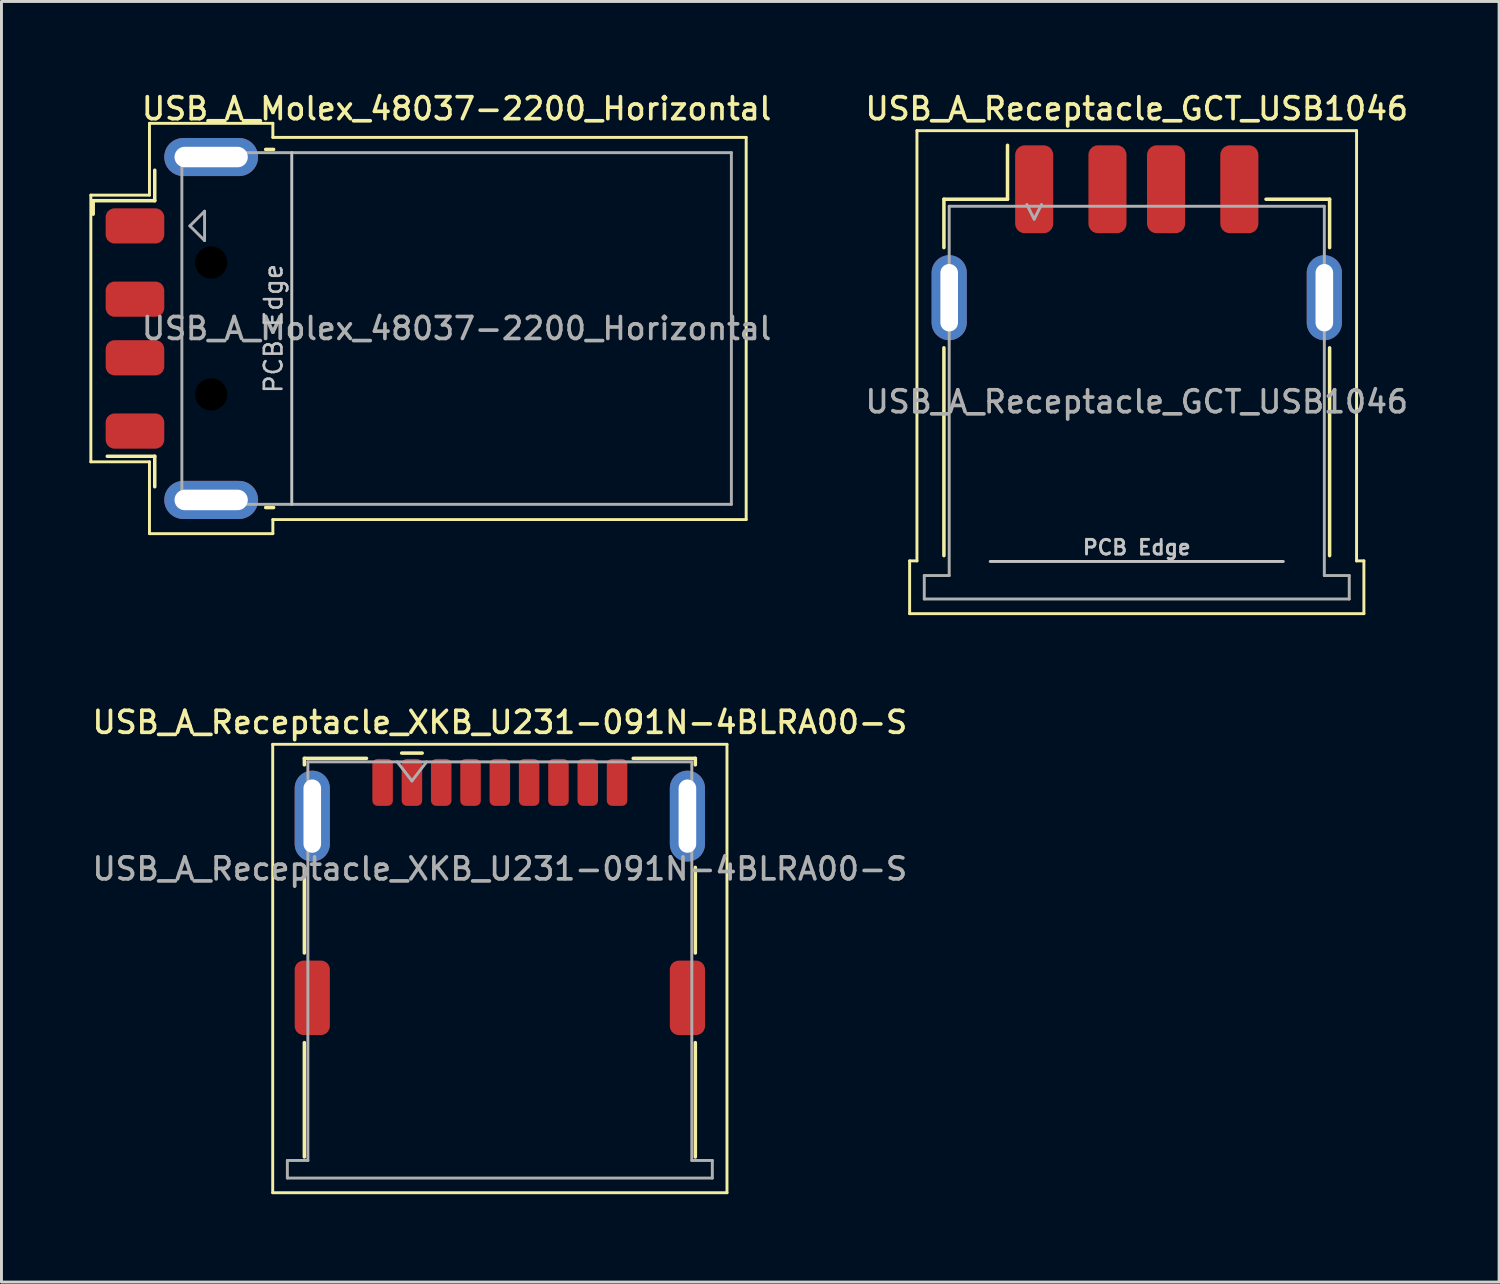
<source format=kicad_pcb>
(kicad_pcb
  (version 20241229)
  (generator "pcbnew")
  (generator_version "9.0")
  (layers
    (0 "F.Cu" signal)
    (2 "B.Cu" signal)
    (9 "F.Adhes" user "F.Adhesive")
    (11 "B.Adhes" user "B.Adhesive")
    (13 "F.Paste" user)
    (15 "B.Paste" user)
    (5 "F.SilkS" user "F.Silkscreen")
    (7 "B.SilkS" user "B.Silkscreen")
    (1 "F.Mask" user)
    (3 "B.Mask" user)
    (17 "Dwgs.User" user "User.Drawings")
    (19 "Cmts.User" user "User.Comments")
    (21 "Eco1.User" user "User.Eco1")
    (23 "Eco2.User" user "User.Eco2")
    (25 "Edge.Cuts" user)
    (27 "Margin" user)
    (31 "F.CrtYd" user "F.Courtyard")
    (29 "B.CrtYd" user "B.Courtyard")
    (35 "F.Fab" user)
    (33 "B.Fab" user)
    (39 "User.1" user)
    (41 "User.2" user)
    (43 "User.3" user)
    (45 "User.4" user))
  (footprint "USB_A_Receptacle_GCT_USB1046"
    (layer "F.Cu")
    (at 35.737 10.658)
    (property "Reference" "USB_A_Receptacle_GCT_USB1046" (at 0 -10 0) (layer "F.SilkS") (effects (font (size 0.75 0.75) (thickness 0.125))))
    (attr smd)
    (fp_line (start -7.75 5.43) (end -7.75 7.23) (stroke (width 0.1) (type default)) (layer "F.SilkS"))
    (fp_line (start -7.75 7.23) (end 7.75 7.23) (stroke (width 0.1) (type solid)) (layer "F.SilkS"))
    (fp_line (start -7.5 -9.25) (end 7.5 -9.25) (stroke (width 0.1) (type solid)) (layer "F.SilkS"))
    (fp_line (start -7.5 5.43) (end -7.75 5.43) (stroke (width 0.1) (type default)) (layer "F.SilkS"))
    (fp_line (start -7.5 5.43) (end -7.5 -9.25) (stroke (width 0.1) (type solid)) (layer "F.SilkS"))
    (fp_line (start -6.58 -6.91) (end -6.58 -5.26) (stroke (width 0.12) (type default)) (layer "F.SilkS"))
    (fp_line (start -6.58 -1.84) (end -6.58 5.25) (stroke (width 0.12) (type default)) (layer "F.SilkS"))
    (fp_line (start -4.41 -6.91) (end -6.58 -6.91) (stroke (width 0.12) (type default)) (layer "F.SilkS"))
    (fp_line (start -4.41 -6.91) (end -4.41 -8.75) (stroke (width 0.12) (type default)) (layer "F.SilkS"))
    (fp_line (start 4.41 -6.91) (end 6.58 -6.91) (stroke (width 0.12) (type default)) (layer "F.SilkS"))
    (fp_line (start 6.58 -6.91) (end 6.58 -5.26) (stroke (width 0.12) (type default)) (layer "F.SilkS"))
    (fp_line (start 6.58 -1.84) (end 6.58 5.25) (stroke (width 0.12) (type default)) (layer "F.SilkS"))
    (fp_line (start 7.5 5.43) (end 7.5 -9.25) (stroke (width 0.1) (type solid)) (layer "F.SilkS"))
    (fp_line (start 7.5 5.43) (end 7.75 5.43) (stroke (width 0.1) (type default)) (layer "F.SilkS"))
    (fp_line (start 7.75 5.43) (end 7.75 7.23) (stroke (width 0.1) (type default)) (layer "F.SilkS"))
    (fp_line (start -5 5.45) (end 5 5.45) (stroke (width 0.1) (type default)) (layer "Dwgs.User"))
    (fp_line (start -7.25 5.93) (end -7.25 6.73) (stroke (width 0.1) (type default)) (layer "F.Fab"))
    (fp_line (start -7.25 6.73) (end 7.25 6.73) (stroke (width 0.1) (type default)) (layer "F.Fab"))
    (fp_line (start -6.4 -6.67) (end -6.4 5.93) (stroke (width 0.1) (type default)) (layer "F.Fab"))
    (fp_line (start -6.4 5.93) (end -7.25 5.93) (stroke (width 0.1) (type default)) (layer "F.Fab"))
    (fp_line (start -3.75 -6.73) (end -3.5 -6.23) (stroke (width 0.1) (type default)) (layer "F.Fab"))
    (fp_line (start -3.5 -6.23) (end -3.25 -6.73) (stroke (width 0.1) (type default)) (layer "F.Fab"))
    (fp_line (start 6.4 -6.67) (end -6.4 -6.67) (stroke (width 0.1) (type default)) (layer "F.Fab"))
    (fp_line (start 6.4 5.93) (end 6.4 -6.67) (stroke (width 0.1) (type default)) (layer "F.Fab"))
    (fp_line (start 7.25 5.93) (end 6.4 5.93) (stroke (width 0.1) (type default)) (layer "F.Fab"))
    (fp_line (start 7.25 6.73) (end 7.25 5.93) (stroke (width 0.1) (type default)) (layer "F.Fab"))
    (fp_text user "PCB Edge" (at 0 4.97 0) (layer "Dwgs.User") (effects (font (size 0.5 0.5) (thickness 0.1))))
    (fp_text user "${REFERENCE}" (at 0 0 0) (unlocked yes) (layer "F.Fab") (effects (font (size 0.75 0.75) (thickness 0.125))))
    (pad "" smd oval (at -6.4 -3.55) (size 1.2 2.9) (layers "F.Paste"))
    (pad "" smd oval (at 6.4 -3.55) (size 1.2 2.9) (layers "F.Paste"))
    (pad "1" smd roundrect (at -3.5 -7.25) (size 1.3 3) (layers "F.Cu" "F.Mask" "F.Paste") (roundrect_rratio 0.25))
    (pad "2" smd roundrect (at -1 -7.25) (size 1.3 3) (layers "F.Cu" "F.Mask" "F.Paste") (roundrect_rratio 0.25))
    (pad "3" smd roundrect (at 1 -7.25) (size 1.3 3) (layers "F.Cu" "F.Mask" "F.Paste") (roundrect_rratio 0.25))
    (pad "4" smd roundrect (at 3.5 -7.25) (size 1.3 3) (layers "F.Cu" "F.Mask" "F.Paste") (roundrect_rratio 0.25))
    (pad "5" thru_hole oval (at -6.4 -3.55) (size 1.2 2.9) (drill oval 0.6 2.3) (layers "*.Cu" "*.Mask"))
    (pad "5" thru_hole oval (at 6.4 -3.55) (size 1.2 2.9) (drill oval 0.6 2.3) (layers "*.Cu" "*.Mask")))
  (footprint "USB_A_Receptacle_XKB_U231-091N-4BLRA00-S"
    (layer "F.Cu")
    (at 14.005 30.046)
    (property "Reference" "USB_A_Receptacle_XKB_U231-091N-4BLRA00-S" (at 0 -8.45 0) (layer "F.SilkS") (effects (font (size 0.75 0.75) (thickness 0.125))))
    (attr smd)
    (fp_line (start -7.75 -7.7) (end -7.75 7.6) (stroke (width 0.1) (type solid)) (layer "F.SilkS"))
    (fp_line (start -7.75 7.6) (end 7.75 7.6) (stroke (width 0.1) (type solid)) (layer "F.SilkS"))
    (fp_line (start -6.67 -7.22) (end -4.55 -7.22) (stroke (width 0.12) (type solid)) (layer "F.SilkS"))
    (fp_line (start -6.67 -7) (end -6.67 -7.22) (stroke (width 0.12) (type solid)) (layer "F.SilkS"))
    (fp_line (start -6.67 -3.5) (end -6.67 -0.58) (stroke (width 0.12) (type solid)) (layer "F.SilkS"))
    (fp_line (start -6.67 2.48) (end -6.67 6.38) (stroke (width 0.12) (type default)) (layer "F.SilkS"))
    (fp_line (start -3.35 -7.4) (end -2.65 -7.4) (stroke (width 0.12) (type solid)) (layer "F.SilkS"))
    (fp_line (start 4.55 -7.22) (end 6.67 -7.22) (stroke (width 0.12) (type solid)) (layer "F.SilkS"))
    (fp_line (start 6.67 -7.22) (end 6.67 -7) (stroke (width 0.12) (type solid)) (layer "F.SilkS"))
    (fp_line (start 6.67 -3.5) (end 6.67 -0.58) (stroke (width 0.12) (type solid)) (layer "F.SilkS"))
    (fp_line (start 6.67 2.48) (end 6.67 6.38) (stroke (width 0.12) (type default)) (layer "F.SilkS"))
    (fp_line (start 7.75 -7.7) (end -7.75 -7.7) (stroke (width 0.1) (type solid)) (layer "F.SilkS"))
    (fp_line (start 7.75 7.6) (end 7.75 -7.7) (stroke (width 0.1) (type solid)) (layer "F.SilkS"))
    (fp_line (start -7.25 6.5) (end -7.25 7.1) (stroke (width 0.1) (type solid)) (layer "F.Fab"))
    (fp_line (start -7.25 7.1) (end 7.25 7.1) (stroke (width 0.1) (type solid)) (layer "F.Fab"))
    (fp_line (start -6.55 -7.1) (end -6.55 6.5) (stroke (width 0.1) (type solid)) (layer "F.Fab"))
    (fp_line (start -6.55 6.5) (end -7.25 6.5) (stroke (width 0.1) (type solid)) (layer "F.Fab"))
    (fp_line (start -3.5 -7.1) (end -3 -6.45) (stroke (width 0.1) (type solid)) (layer "F.Fab"))
    (fp_line (start -3 -6.45) (end -2.5 -7.1) (stroke (width 0.1) (type solid)) (layer "F.Fab"))
    (fp_line (start 6.55 -7.1) (end -6.55 -7.1) (stroke (width 0.1) (type solid)) (layer "F.Fab"))
    (fp_line (start 6.55 6.5) (end 6.55 -7.1) (stroke (width 0.1) (type solid)) (layer "F.Fab"))
    (fp_line (start 6.55 6.5) (end 7.25 6.5) (stroke (width 0.1) (type solid)) (layer "F.Fab"))
    (fp_line (start 7.25 6.5) (end 7.25 7.1) (stroke (width 0.1) (type solid)) (layer "F.Fab"))
    (fp_text user "${REFERENCE}" (at 0 -3.45 0) (layer "F.Fab") (effects (font (size 0.75 0.75) (thickness 0.125))))
    (pad "1" smd roundrect (at -3 -6.4) (size 0.7 1.6) (layers "F.Cu" "F.Mask" "F.Paste") (roundrect_rratio 0.25))
    (pad "2" smd roundrect (at -1 -6.4) (size 0.7 1.6) (layers "F.Cu" "F.Mask" "F.Paste") (roundrect_rratio 0.25))
    (pad "3" smd roundrect (at 1 -6.4) (size 0.7 1.6) (layers "F.Cu" "F.Mask" "F.Paste") (roundrect_rratio 0.25))
    (pad "4" smd roundrect (at 3 -6.4) (size 0.7 1.6) (layers "F.Cu" "F.Mask" "F.Paste") (roundrect_rratio 0.25))
    (pad "5" smd roundrect (at 4 -6.4) (size 0.7 1.6) (layers "F.Cu" "F.Mask" "F.Paste") (roundrect_rratio 0.25))
    (pad "6" smd roundrect (at 2 -6.4) (size 0.7 1.6) (layers "F.Cu" "F.Mask" "F.Paste") (roundrect_rratio 0.25))
    (pad "7" smd roundrect (at 0 -6.4) (size 0.7 1.6) (layers "F.Cu" "F.Mask" "F.Paste") (roundrect_rratio 0.25))
    (pad "8" smd roundrect (at -2 -6.4) (size 0.7 1.6) (layers "F.Cu" "F.Mask" "F.Paste") (roundrect_rratio 0.25))
    (pad "9" smd roundrect (at -4 -6.4) (size 0.7 1.6) (layers "F.Cu" "F.Mask" "F.Paste") (roundrect_rratio 0.25))
    (pad "10" thru_hole oval (at -6.4 -5.25) (size 1.2 3.1) (drill oval 0.6 2.5) (layers "*.Cu" "*.Mask"))
    (pad "10" smd roundrect (at -6.4 0.95) (size 1.2 2.54) (layers "F.Cu" "F.Mask" "F.Paste") (roundrect_rratio 0.25))
    (pad "10" thru_hole oval (at 6.4 -5.25) (size 1.2 3.1) (drill oval 0.6 2.5) (layers "*.Cu" "*.Mask"))
    (pad "10" smd roundrect (at 6.4 0.95) (size 1.2 2.54) (layers "F.Cu" "F.Mask" "F.Paste") (roundrect_rratio 0.25)))
  (footprint "USB_A_Molex_48037-2200_Horizontal"
    (layer "F.Cu")
    (at 12.53 8.158)
    (property "Reference" "USB_A_Molex_48037-2200_Horizontal" (at 0 -7.5 0) (layer "F.SilkS") (effects (font (size 0.75 0.75) (thickness 0.125))))
    (attr smd)
    (fp_line (start -12.48 -4.55) (end -10.48 -4.55) (stroke (width 0.1) (type solid)) (layer "F.SilkS"))
    (fp_line (start -12.48 4.55) (end -12.48 -4.55) (stroke (width 0.1) (type solid)) (layer "F.SilkS"))
    (fp_line (start -12.48 4.55) (end -10.48 4.55) (stroke (width 0.1) (type solid)) (layer "F.SilkS"))
    (fp_line (start -12.4 -4.36) (end -12.4 -3.9) (stroke (width 0.12) (type default)) (layer "F.SilkS"))
    (fp_line (start -12.4 -4.36) (end -10.3 -4.36) (stroke (width 0.12) (type default)) (layer "F.SilkS"))
    (fp_line (start -11.92 4.36) (end -10.3 4.36) (stroke (width 0.12) (type default)) (layer "F.SilkS"))
    (fp_line (start -10.48 -7) (end -10.48 -4.55) (stroke (width 0.1) (type solid)) (layer "F.SilkS"))
    (fp_line (start -10.48 -7) (end -6.27 -7) (stroke (width 0.1) (type solid)) (layer "F.SilkS"))
    (fp_line (start -10.48 4.55) (end -10.48 7) (stroke (width 0.1) (type solid)) (layer "F.SilkS"))
    (fp_line (start -10.48 7) (end -6.27 7) (stroke (width 0.1) (type solid)) (layer "F.SilkS"))
    (fp_line (start -10.3 -5.4) (end -10.3 -4.36) (stroke (width 0.12) (type default)) (layer "F.SilkS"))
    (fp_line (start -10.3 4.36) (end -10.3 5.4) (stroke (width 0.12) (type default)) (layer "F.SilkS"))
    (fp_line (start -6.515 -6.11) (end -6.245 -6.11) (stroke (width 0.12) (type solid)) (layer "F.SilkS"))
    (fp_line (start -6.515 6.11) (end -6.245 6.11) (stroke (width 0.12) (type solid)) (layer "F.SilkS"))
    (fp_line (start -6.27 -6.52) (end -6.27 -7) (stroke (width 0.1) (type solid)) (layer "F.SilkS"))
    (fp_line (start -6.27 -6.52) (end 9.88 -6.52) (stroke (width 0.1) (type solid)) (layer "F.SilkS"))
    (fp_line (start -6.27 6.52) (end 9.88 6.52) (stroke (width 0.1) (type solid)) (layer "F.SilkS"))
    (fp_line (start -6.27 7) (end -6.27 6.52) (stroke (width 0.1) (type solid)) (layer "F.SilkS"))
    (fp_line (start 9.88 6.52) (end 9.88 -6.52) (stroke (width 0.1) (type solid)) (layer "F.SilkS"))
    (fp_line (start -5.625 -6) (end -5.625 6) (stroke (width 0.1) (type solid)) (layer "Dwgs.User"))
    (fp_line (start -9.375 -6) (end -9.375 6) (stroke (width 0.1) (type solid)) (layer "F.Fab"))
    (fp_line (start -9.375 -6) (end 9.375 -6) (stroke (width 0.1) (type solid)) (layer "F.Fab"))
    (fp_line (start -9.375 6) (end 9.375 6) (stroke (width 0.1) (type solid)) (layer "F.Fab"))
    (fp_line (start -9.1 -3.5) (end -8.6 -4) (stroke (width 0.1) (type solid)) (layer "F.Fab"))
    (fp_line (start -9.1 -3.5) (end -8.6 -3) (stroke (width 0.1) (type solid)) (layer "F.Fab"))
    (fp_line (start -8.6 -4) (end -8.6 -3) (stroke (width 0.1) (type solid)) (layer "F.Fab"))
    (fp_line (start 9.375 -6) (end 9.375 6) (stroke (width 0.1) (type solid)) (layer "F.Fab"))
    (fp_text user "PCB Edge" (at -6.25 0 90) (layer "Dwgs.User") (effects (font (size 0.6 0.6) (thickness 0.09))))
    (fp_text user "${REFERENCE}" (at 0 0 180) (layer "F.Fab") (effects (font (size 0.75 0.75) (thickness 0.125))))
    (pad "" np_thru_hole circle (at -8.375 -2.25) (size 1.1 1.1) (drill 1.1) (layers "*.Mask"))
    (pad "" np_thru_hole circle (at -8.375 2.25) (size 1.1 1.1) (drill 1.1) (layers "*.Mask"))
    (pad "1" smd roundrect (at -10.975 -3.5) (size 2 1.2) (layers "F.Cu" "F.Mask" "F.Paste") (roundrect_rratio 0.25))
    (pad "2" smd roundrect (at -10.975 -1) (size 2 1.2) (layers "F.Cu" "F.Mask" "F.Paste") (roundrect_rratio 0.25))
    (pad "3" smd roundrect (at -10.975 1) (size 2 1.2) (layers "F.Cu" "F.Mask" "F.Paste") (roundrect_rratio 0.25))
    (pad "4" smd roundrect (at -10.975 3.5) (size 2 1.2) (layers "F.Cu" "F.Mask" "F.Paste") (roundrect_rratio 0.25))
    (pad "5" thru_hole oval (at -8.375 -5.85) (size 3.2 1.3) (drill oval 2.5 0.7) (layers "*.Cu" "*.Mask"))
    (pad "5" thru_hole oval (at -8.375 5.85) (size 3.2 1.3) (drill oval 2.5 0.7) (layers "*.Cu" "*.Mask")))
  (gr_rect
    (start -3 -3)
    (end 48.1 40.696)
    (stroke (width 0.1) (type default))
    (fill no)
    (layer "Edge.Cuts")))
</source>
